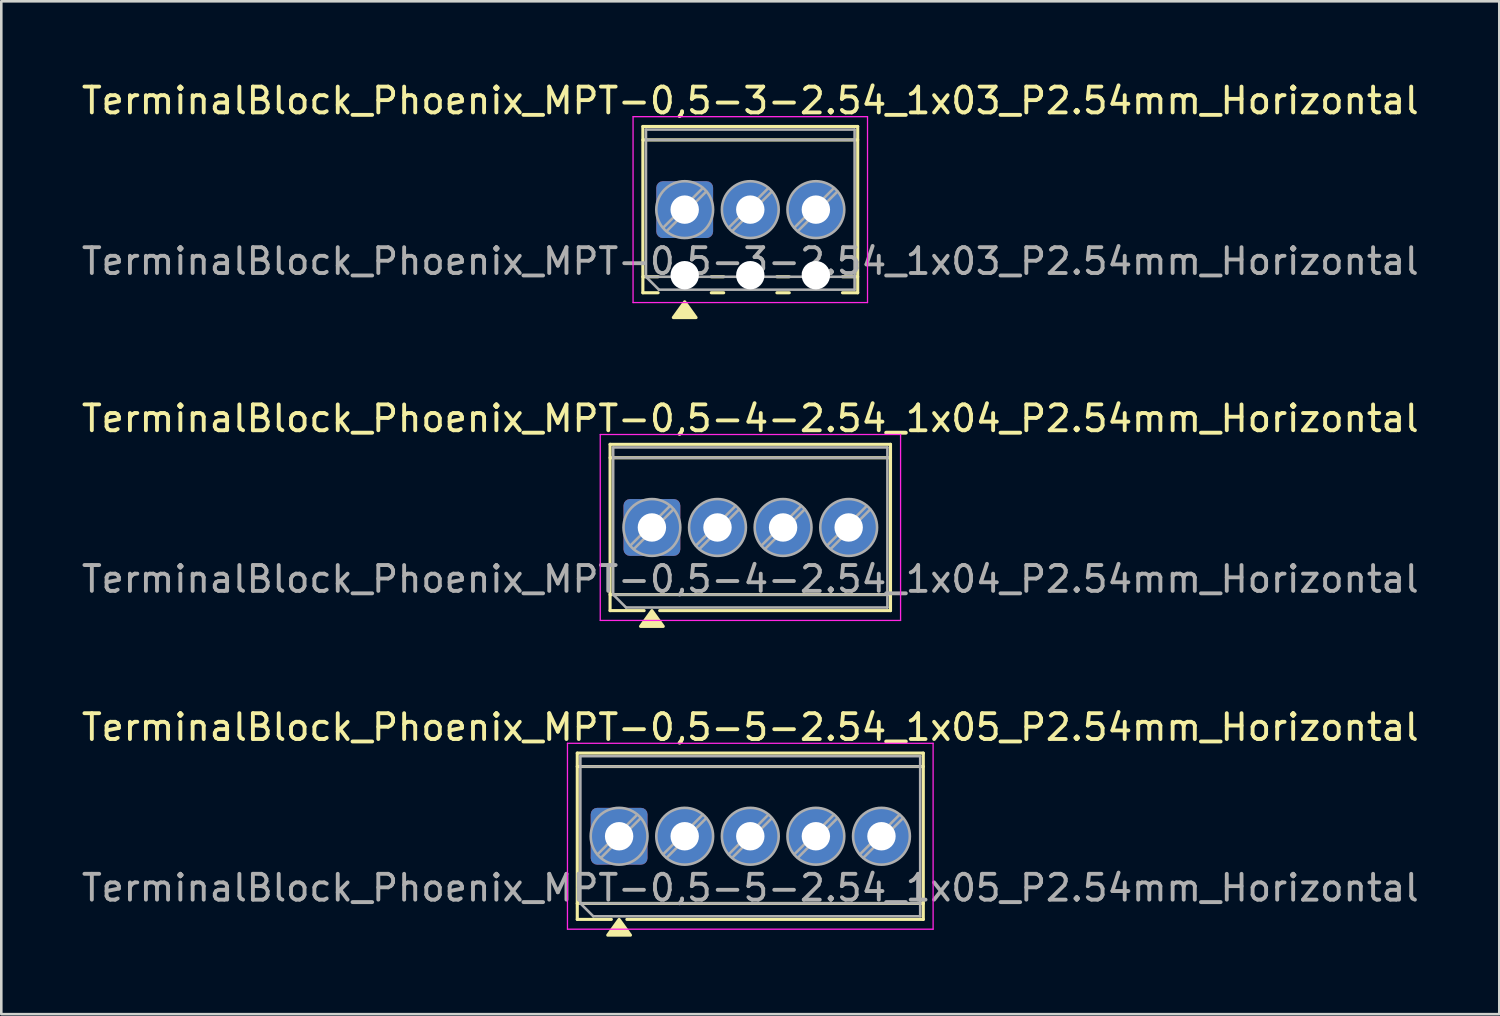
<source format=kicad_pcb>
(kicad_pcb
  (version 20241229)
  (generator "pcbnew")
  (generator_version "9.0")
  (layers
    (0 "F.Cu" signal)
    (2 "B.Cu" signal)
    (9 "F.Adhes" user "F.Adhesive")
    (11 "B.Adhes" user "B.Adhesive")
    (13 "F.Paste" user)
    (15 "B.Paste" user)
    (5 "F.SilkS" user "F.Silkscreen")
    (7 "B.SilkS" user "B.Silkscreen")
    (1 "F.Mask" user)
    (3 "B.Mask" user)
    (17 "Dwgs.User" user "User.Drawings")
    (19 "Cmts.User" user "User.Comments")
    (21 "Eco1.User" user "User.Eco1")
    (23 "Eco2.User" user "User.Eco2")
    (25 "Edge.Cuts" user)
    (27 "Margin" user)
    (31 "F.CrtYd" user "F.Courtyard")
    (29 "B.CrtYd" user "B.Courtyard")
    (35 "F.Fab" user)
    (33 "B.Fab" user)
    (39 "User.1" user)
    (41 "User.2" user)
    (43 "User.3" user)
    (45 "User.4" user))
  (footprint "TerminalBlock_Phoenix_MPT-0,5-4-2.54_1x04_P2.54mm_Horizontal"
    (layer "F.Cu")
    (at 22.196 17.377)
    (property "Reference" "TerminalBlock_Phoenix_MPT-0,5-4-2.54_1x04_P2.54mm_Horizontal" (at 3.81 -4.22 0) (layer "F.SilkS") (effects (font (size 1 1) (thickness 0.15))))
    (attr through_hole)
    (fp_line (start -1.62 -3.22) (end 9.24 -3.22) (stroke (width 0.12) (type solid)) (layer "F.SilkS"))
    (fp_line (start -1.62 -2.7) (end 9.24 -2.7) (stroke (width 0.12) (type solid)) (layer "F.SilkS"))
    (fp_line (start -1.62 2.6) (end 9.24 2.6) (stroke (width 0.12) (type solid)) (layer "F.SilkS"))
    (fp_line (start -1.62 3.22) (end -1.62 -3.22) (stroke (width 0.12) (type solid)) (layer "F.SilkS"))
    (fp_line (start -0.3 3.22) (end -1.62 3.22) (stroke (width 0.12) (type solid)) (layer "F.SilkS"))
    (fp_line (start 9.24 -3.22) (end 9.24 3.22) (stroke (width 0.12) (type solid)) (layer "F.SilkS"))
    (fp_line (start 9.24 3.22) (end 0.3 3.22) (stroke (width 0.12) (type solid)) (layer "F.SilkS"))
    (fp_poly (pts (xy 0 3.22) (xy 0.44 3.83) (xy -0.44 3.83)) (stroke (width 0.12) (type solid)) (fill yes) (layer "F.SilkS"))
    (fp_line (start -2 -3.6) (end -2 3.6) (stroke (width 0.05) (type solid)) (layer "F.CrtYd"))
    (fp_line (start -2 3.6) (end 9.63 3.6) (stroke (width 0.05) (type solid)) (layer "F.CrtYd"))
    (fp_line (start 9.63 -3.6) (end -2 -3.6) (stroke (width 0.05) (type solid)) (layer "F.CrtYd"))
    (fp_line (start 9.63 3.6) (end 9.63 -3.6) (stroke (width 0.05) (type solid)) (layer "F.CrtYd"))
    (fp_line (start -1.5 -3.1) (end 9.12 -3.1) (stroke (width 0.1) (type solid)) (layer "F.Fab"))
    (fp_line (start -1.5 -2.7) (end 9.12 -2.7) (stroke (width 0.1) (type solid)) (layer "F.Fab"))
    (fp_line (start -1.5 2.6) (end -1.5 -3.1) (stroke (width 0.1) (type solid)) (layer "F.Fab"))
    (fp_line (start -1.5 2.6) (end 9.12 2.6) (stroke (width 0.1) (type solid)) (layer "F.Fab"))
    (fp_line (start -1 3.1) (end -1.5 2.6) (stroke (width 0.1) (type solid)) (layer "F.Fab"))
    (fp_line (start 0.7 -0.834) (end -0.834 0.7) (stroke (width 0.1) (type solid)) (layer "F.Fab"))
    (fp_line (start 0.834 -0.7) (end -0.7 0.834) (stroke (width 0.1) (type solid)) (layer "F.Fab"))
    (fp_line (start 3.24 -0.834) (end 1.706 0.7) (stroke (width 0.1) (type solid)) (layer "F.Fab"))
    (fp_line (start 3.374 -0.7) (end 1.84 0.834) (stroke (width 0.1) (type solid)) (layer "F.Fab"))
    (fp_line (start 5.78 -0.834) (end 4.246 0.7) (stroke (width 0.1) (type solid)) (layer "F.Fab"))
    (fp_line (start 5.914 -0.7) (end 4.38 0.834) (stroke (width 0.1) (type solid)) (layer "F.Fab"))
    (fp_line (start 8.32 -0.834) (end 6.786 0.7) (stroke (width 0.1) (type solid)) (layer "F.Fab"))
    (fp_line (start 8.454 -0.7) (end 6.92 0.834) (stroke (width 0.1) (type solid)) (layer "F.Fab"))
    (fp_line (start 9.12 -3.1) (end 9.12 3.1) (stroke (width 0.1) (type solid)) (layer "F.Fab"))
    (fp_line (start 9.12 3.1) (end -1 3.1) (stroke (width 0.1) (type solid)) (layer "F.Fab"))
    (fp_circle (center 0 0) (end 1.1 0) (stroke (width 0.1) (type solid)) (fill no) (layer "F.Fab"))
    (fp_circle (center 2.54 0) (end 3.64 0) (stroke (width 0.1) (type solid)) (fill no) (layer "F.Fab"))
    (fp_circle (center 5.08 0) (end 6.18 0) (stroke (width 0.1) (type solid)) (fill no) (layer "F.Fab"))
    (fp_circle (center 7.62 0) (end 8.72 0) (stroke (width 0.1) (type solid)) (fill no) (layer "F.Fab"))
    (fp_text user "${REFERENCE}" (at 3.81 2 0) (layer "F.Fab") (effects (font (size 1 1) (thickness 0.15))))
    (pad "1" thru_hole roundrect (at 0 0) (size 2.2 2.2) (drill 1.1) (layers "*.Cu" "*.Mask") (roundrect_rratio 0.114))
    (pad "2" thru_hole circle (at 2.54 0) (size 2.2 2.2) (drill 1.1) (layers "*.Cu" "*.Mask"))
    (pad "3" thru_hole circle (at 5.08 0) (size 2.2 2.2) (drill 1.1) (layers "*.Cu" "*.Mask"))
    (pad "4" thru_hole circle (at 7.62 0) (size 2.2 2.2) (drill 1.1) (layers "*.Cu" "*.Mask")))
  (footprint "TerminalBlock_Phoenix_MPT-0,5-3-2.54_1x03_P2.54mm_Horizontal"
    (layer "F.Cu")
    (at 23.466 5.068)
    (property "Reference" "TerminalBlock_Phoenix_MPT-0,5-3-2.54_1x03_P2.54mm_Horizontal" (at 2.54 -4.22 0) (layer "F.SilkS") (effects (font (size 1 1) (thickness 0.15))))
    (attr through_hole)
    (fp_line (start -1.62 -3.22) (end 6.7 -3.22) (stroke (width 0.12) (type solid)) (layer "F.SilkS"))
    (fp_line (start -1.62 -2.7) (end 6.7 -2.7) (stroke (width 0.12) (type solid)) (layer "F.SilkS"))
    (fp_line (start -1.62 2.6) (end -1.03 2.6) (stroke (width 0.12) (type solid)) (layer "F.SilkS"))
    (fp_line (start -1.62 3.22) (end -1.62 -3.22) (stroke (width 0.12) (type solid)) (layer "F.SilkS"))
    (fp_line (start -1.03 3.22) (end -1.62 3.22) (stroke (width 0.12) (type solid)) (layer "F.SilkS"))
    (fp_line (start 1.03 2.6) (end 1.51 2.6) (stroke (width 0.12) (type solid)) (layer "F.SilkS"))
    (fp_line (start 1.51 3.22) (end 1.03 3.22) (stroke (width 0.12) (type solid)) (layer "F.SilkS"))
    (fp_line (start 3.57 2.6) (end 4.05 2.6) (stroke (width 0.12) (type solid)) (layer "F.SilkS"))
    (fp_line (start 4.05 3.22) (end 3.57 3.22) (stroke (width 0.12) (type solid)) (layer "F.SilkS"))
    (fp_line (start 6.11 2.6) (end 6.7 2.6) (stroke (width 0.12) (type solid)) (layer "F.SilkS"))
    (fp_line (start 6.7 -3.22) (end 6.7 3.22) (stroke (width 0.12) (type solid)) (layer "F.SilkS"))
    (fp_line (start 6.7 3.22) (end 6.11 3.22) (stroke (width 0.12) (type solid)) (layer "F.SilkS"))
    (fp_poly (pts (xy 0 3.57) (xy 0.44 4.18) (xy -0.44 4.18)) (stroke (width 0.12) (type solid)) (fill yes) (layer "F.SilkS"))
    (fp_line (start -2 -3.6) (end -2 3.6) (stroke (width 0.05) (type solid)) (layer "F.CrtYd"))
    (fp_line (start -2 3.6) (end 7.08 3.6) (stroke (width 0.05) (type solid)) (layer "F.CrtYd"))
    (fp_line (start 7.08 -3.6) (end -2 -3.6) (stroke (width 0.05) (type solid)) (layer "F.CrtYd"))
    (fp_line (start 7.08 3.6) (end 7.08 -3.6) (stroke (width 0.05) (type solid)) (layer "F.CrtYd"))
    (fp_line (start -1.5 -3.1) (end 6.58 -3.1) (stroke (width 0.1) (type solid)) (layer "F.Fab"))
    (fp_line (start -1.5 -2.7) (end 6.58 -2.7) (stroke (width 0.1) (type solid)) (layer "F.Fab"))
    (fp_line (start -1.5 2.6) (end -1.5 -3.1) (stroke (width 0.1) (type solid)) (layer "F.Fab"))
    (fp_line (start -1.5 2.6) (end 6.58 2.6) (stroke (width 0.1) (type solid)) (layer "F.Fab"))
    (fp_line (start -1 3.1) (end -1.5 2.6) (stroke (width 0.1) (type solid)) (layer "F.Fab"))
    (fp_line (start 0.7 -0.834) (end -0.834 0.7) (stroke (width 0.1) (type solid)) (layer "F.Fab"))
    (fp_line (start 0.834 -0.7) (end -0.7 0.834) (stroke (width 0.1) (type solid)) (layer "F.Fab"))
    (fp_line (start 3.24 -0.834) (end 1.706 0.7) (stroke (width 0.1) (type solid)) (layer "F.Fab"))
    (fp_line (start 3.374 -0.7) (end 1.84 0.834) (stroke (width 0.1) (type solid)) (layer "F.Fab"))
    (fp_line (start 5.78 -0.834) (end 4.246 0.7) (stroke (width 0.1) (type solid)) (layer "F.Fab"))
    (fp_line (start 5.914 -0.7) (end 4.38 0.834) (stroke (width 0.1) (type solid)) (layer "F.Fab"))
    (fp_line (start 6.58 -3.1) (end 6.58 3.1) (stroke (width 0.1) (type solid)) (layer "F.Fab"))
    (fp_line (start 6.58 3.1) (end -1 3.1) (stroke (width 0.1) (type solid)) (layer "F.Fab"))
    (fp_circle (center 0 0) (end 1.1 0) (stroke (width 0.1) (type solid)) (fill no) (layer "F.Fab"))
    (fp_circle (center 2.54 0) (end 3.64 0) (stroke (width 0.1) (type solid)) (fill no) (layer "F.Fab"))
    (fp_circle (center 5.08 0) (end 6.18 0) (stroke (width 0.1) (type solid)) (fill no) (layer "F.Fab"))
    (fp_text user "${REFERENCE}" (at 2.54 2 0) (layer "F.Fab") (effects (font (size 1 1) (thickness 0.15))))
    (pad "" np_thru_hole circle (at 0 2.54) (size 1.1 1.1) (drill 1.1) (layers "*.Cu" "*.Mask"))
    (pad "" np_thru_hole circle (at 2.54 2.54) (size 1.1 1.1) (drill 1.1) (layers "*.Cu" "*.Mask"))
    (pad "" np_thru_hole circle (at 5.08 2.54) (size 1.1 1.1) (drill 1.1) (layers "*.Cu" "*.Mask"))
    (pad "1" thru_hole roundrect (at 0 0) (size 2.2 2.2) (drill 1.1) (layers "*.Cu" "*.Mask") (roundrect_rratio 0.114))
    (pad "2" thru_hole circle (at 2.54 0) (size 2.2 2.2) (drill 1.1) (layers "*.Cu" "*.Mask"))
    (pad "3" thru_hole circle (at 5.08 0) (size 2.2 2.2) (drill 1.1) (layers "*.Cu" "*.Mask")))
  (footprint "TerminalBlock_Phoenix_MPT-0,5-5-2.54_1x05_P2.54mm_Horizontal"
    (layer "F.Cu")
    (at 20.926 29.335)
    (property "Reference" "TerminalBlock_Phoenix_MPT-0,5-5-2.54_1x05_P2.54mm_Horizontal" (at 5.08 -4.22 0) (layer "F.SilkS") (effects (font (size 1 1) (thickness 0.15))))
    (attr through_hole)
    (fp_line (start -1.62 -3.22) (end 11.78 -3.22) (stroke (width 0.12) (type solid)) (layer "F.SilkS"))
    (fp_line (start -1.62 -2.7) (end 11.78 -2.7) (stroke (width 0.12) (type solid)) (layer "F.SilkS"))
    (fp_line (start -1.62 2.6) (end 11.78 2.6) (stroke (width 0.12) (type solid)) (layer "F.SilkS"))
    (fp_line (start -1.62 3.22) (end -1.62 -3.22) (stroke (width 0.12) (type solid)) (layer "F.SilkS"))
    (fp_line (start -0.3 3.22) (end -1.62 3.22) (stroke (width 0.12) (type solid)) (layer "F.SilkS"))
    (fp_line (start 11.78 -3.22) (end 11.78 3.22) (stroke (width 0.12) (type solid)) (layer "F.SilkS"))
    (fp_line (start 11.78 3.22) (end 0.3 3.22) (stroke (width 0.12) (type solid)) (layer "F.SilkS"))
    (fp_poly (pts (xy 0 3.22) (xy 0.44 3.83) (xy -0.44 3.83)) (stroke (width 0.12) (type solid)) (fill yes) (layer "F.SilkS"))
    (fp_line (start -2 -3.6) (end -2 3.6) (stroke (width 0.05) (type solid)) (layer "F.CrtYd"))
    (fp_line (start -2 3.6) (end 12.16 3.6) (stroke (width 0.05) (type solid)) (layer "F.CrtYd"))
    (fp_line (start 12.16 -3.6) (end -2 -3.6) (stroke (width 0.05) (type solid)) (layer "F.CrtYd"))
    (fp_line (start 12.16 3.6) (end 12.16 -3.6) (stroke (width 0.05) (type solid)) (layer "F.CrtYd"))
    (fp_line (start -1.5 -3.1) (end 11.66 -3.1) (stroke (width 0.1) (type solid)) (layer "F.Fab"))
    (fp_line (start -1.5 -2.7) (end 11.66 -2.7) (stroke (width 0.1) (type solid)) (layer "F.Fab"))
    (fp_line (start -1.5 2.6) (end -1.5 -3.1) (stroke (width 0.1) (type solid)) (layer "F.Fab"))
    (fp_line (start -1.5 2.6) (end 11.66 2.6) (stroke (width 0.1) (type solid)) (layer "F.Fab"))
    (fp_line (start -1 3.1) (end -1.5 2.6) (stroke (width 0.1) (type solid)) (layer "F.Fab"))
    (fp_line (start 0.7 -0.834) (end -0.834 0.7) (stroke (width 0.1) (type solid)) (layer "F.Fab"))
    (fp_line (start 0.834 -0.7) (end -0.7 0.834) (stroke (width 0.1) (type solid)) (layer "F.Fab"))
    (fp_line (start 3.24 -0.834) (end 1.706 0.7) (stroke (width 0.1) (type solid)) (layer "F.Fab"))
    (fp_line (start 3.374 -0.7) (end 1.84 0.834) (stroke (width 0.1) (type solid)) (layer "F.Fab"))
    (fp_line (start 5.78 -0.834) (end 4.246 0.7) (stroke (width 0.1) (type solid)) (layer "F.Fab"))
    (fp_line (start 5.914 -0.7) (end 4.38 0.834) (stroke (width 0.1) (type solid)) (layer "F.Fab"))
    (fp_line (start 8.32 -0.834) (end 6.786 0.7) (stroke (width 0.1) (type solid)) (layer "F.Fab"))
    (fp_line (start 8.454 -0.7) (end 6.92 0.834) (stroke (width 0.1) (type solid)) (layer "F.Fab"))
    (fp_line (start 10.86 -0.834) (end 9.326 0.7) (stroke (width 0.1) (type solid)) (layer "F.Fab"))
    (fp_line (start 10.994 -0.7) (end 9.46 0.834) (stroke (width 0.1) (type solid)) (layer "F.Fab"))
    (fp_line (start 11.66 -3.1) (end 11.66 3.1) (stroke (width 0.1) (type solid)) (layer "F.Fab"))
    (fp_line (start 11.66 3.1) (end -1 3.1) (stroke (width 0.1) (type solid)) (layer "F.Fab"))
    (fp_circle (center 0 0) (end 1.1 0) (stroke (width 0.1) (type solid)) (fill no) (layer "F.Fab"))
    (fp_circle (center 2.54 0) (end 3.64 0) (stroke (width 0.1) (type solid)) (fill no) (layer "F.Fab"))
    (fp_circle (center 5.08 0) (end 6.18 0) (stroke (width 0.1) (type solid)) (fill no) (layer "F.Fab"))
    (fp_circle (center 7.62 0) (end 8.72 0) (stroke (width 0.1) (type solid)) (fill no) (layer "F.Fab"))
    (fp_circle (center 10.16 0) (end 11.26 0) (stroke (width 0.1) (type solid)) (fill no) (layer "F.Fab"))
    (fp_text user "${REFERENCE}" (at 5.08 2 0) (layer "F.Fab") (effects (font (size 1 1) (thickness 0.15))))
    (pad "1" thru_hole roundrect (at 0 0) (size 2.2 2.2) (drill 1.1) (layers "*.Cu" "*.Mask") (roundrect_rratio 0.114))
    (pad "2" thru_hole circle (at 2.54 0) (size 2.2 2.2) (drill 1.1) (layers "*.Cu" "*.Mask"))
    (pad "3" thru_hole circle (at 5.08 0) (size 2.2 2.2) (drill 1.1) (layers "*.Cu" "*.Mask"))
    (pad "4" thru_hole circle (at 7.62 0) (size 2.2 2.2) (drill 1.1) (layers "*.Cu" "*.Mask"))
    (pad "5" thru_hole circle (at 10.16 0) (size 2.2 2.2) (drill 1.1) (layers "*.Cu" "*.Mask")))
  (gr_rect
    (start -3 -3)
    (end 55.012 36.225)
    (stroke (width 0.1) (type default))
    (fill no)
    (layer "Edge.Cuts")))
</source>
